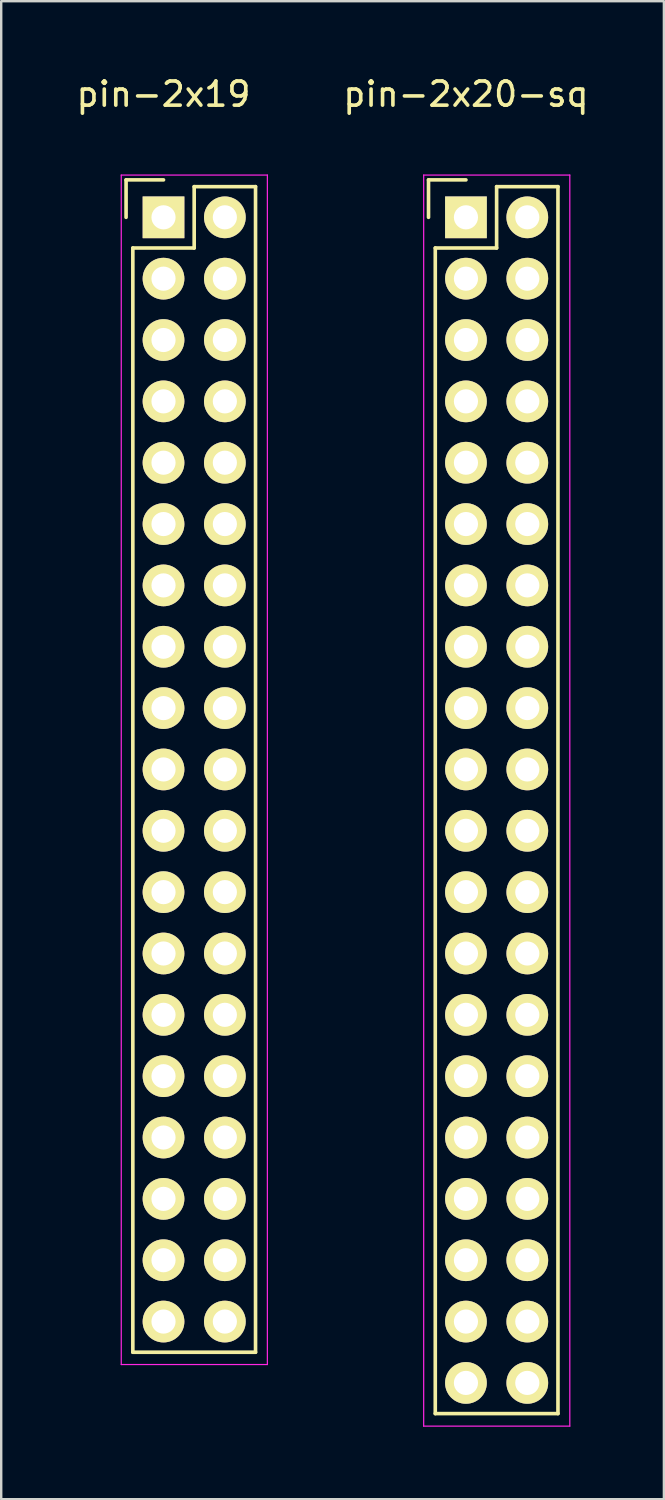
<source format=kicad_pcb>
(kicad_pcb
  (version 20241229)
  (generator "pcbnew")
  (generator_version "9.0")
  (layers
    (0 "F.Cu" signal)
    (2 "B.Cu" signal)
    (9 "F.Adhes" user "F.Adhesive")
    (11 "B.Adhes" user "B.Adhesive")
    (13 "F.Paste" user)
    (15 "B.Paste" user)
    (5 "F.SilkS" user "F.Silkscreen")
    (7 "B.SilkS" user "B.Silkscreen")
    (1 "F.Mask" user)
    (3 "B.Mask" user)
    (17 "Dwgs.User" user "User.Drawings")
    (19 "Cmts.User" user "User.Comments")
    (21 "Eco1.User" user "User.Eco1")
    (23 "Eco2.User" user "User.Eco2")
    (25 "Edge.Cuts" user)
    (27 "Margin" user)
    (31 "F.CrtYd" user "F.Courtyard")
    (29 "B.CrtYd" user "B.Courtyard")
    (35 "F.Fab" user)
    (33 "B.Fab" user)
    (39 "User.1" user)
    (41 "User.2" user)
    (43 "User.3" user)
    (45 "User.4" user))
  (footprint "pin-2x20-sq"
    (layer "F.Cu")
    (at 16.242 5.948)
    (property "Reference" "pin-2x20-sq" (at 0 -5.1 0) (layer "F.SilkS") (effects (font (size 1 1) (thickness 0.15))))
    (attr through_hole)
    (fp_line (start -1.55 -1.55) (end -1.55 0) (stroke (width 0.15) (type solid)) (layer "F.SilkS"))
    (fp_line (start -1.27 1.27) (end -1.27 49.53) (stroke (width 0.15) (type solid)) (layer "F.SilkS"))
    (fp_line (start 0 -1.55) (end -1.55 -1.55) (stroke (width 0.15) (type solid)) (layer "F.SilkS"))
    (fp_line (start 1.27 -1.27) (end 1.27 1.27) (stroke (width 0.15) (type solid)) (layer "F.SilkS"))
    (fp_line (start 1.27 1.27) (end -1.27 1.27) (stroke (width 0.15) (type solid)) (layer "F.SilkS"))
    (fp_line (start 3.81 -1.27) (end 1.27 -1.27) (stroke (width 0.15) (type solid)) (layer "F.SilkS"))
    (fp_line (start 3.81 49.53) (end -1.27 49.53) (stroke (width 0.15) (type solid)) (layer "F.SilkS"))
    (fp_line (start 3.81 49.53) (end 3.81 -1.27) (stroke (width 0.15) (type solid)) (layer "F.SilkS"))
    (fp_line (start -1.75 -1.75) (end -1.75 50.05) (stroke (width 0.05) (type solid)) (layer "F.CrtYd"))
    (fp_line (start -1.75 -1.75) (end 4.3 -1.75) (stroke (width 0.05) (type solid)) (layer "F.CrtYd"))
    (fp_line (start -1.75 50.05) (end 4.3 50.05) (stroke (width 0.05) (type solid)) (layer "F.CrtYd"))
    (fp_line (start 4.3 -1.75) (end 4.3 50.05) (stroke (width 0.05) (type solid)) (layer "F.CrtYd"))
    (pad "1" thru_hole rect (at 0 0) (size 1.727 1.727) (drill 1) (layers "*.Cu" "*.Mask" "F.SilkS"))
    (pad "2" thru_hole oval (at 2.54 0) (size 1.727 1.727) (drill 1) (layers "*.Cu" "*.Mask" "F.SilkS"))
    (pad "3" thru_hole oval (at 0 2.54) (size 1.727 1.727) (drill 1) (layers "*.Cu" "*.Mask" "F.SilkS"))
    (pad "4" thru_hole oval (at 2.54 2.54) (size 1.727 1.727) (drill 1) (layers "*.Cu" "*.Mask" "F.SilkS"))
    (pad "5" thru_hole oval (at 0 5.08) (size 1.727 1.727) (drill 1) (layers "*.Cu" "*.Mask" "F.SilkS"))
    (pad "6" thru_hole oval (at 2.54 5.08) (size 1.727 1.727) (drill 1) (layers "*.Cu" "*.Mask" "F.SilkS"))
    (pad "7" thru_hole oval (at 0 7.62) (size 1.727 1.727) (drill 1) (layers "*.Cu" "*.Mask" "F.SilkS"))
    (pad "8" thru_hole oval (at 2.54 7.62) (size 1.727 1.727) (drill 1) (layers "*.Cu" "*.Mask" "F.SilkS"))
    (pad "9" thru_hole oval (at 0 10.16) (size 1.727 1.727) (drill 1) (layers "*.Cu" "*.Mask" "F.SilkS"))
    (pad "10" thru_hole oval (at 2.54 10.16) (size 1.727 1.727) (drill 1) (layers "*.Cu" "*.Mask" "F.SilkS"))
    (pad "11" thru_hole oval (at 0 12.7) (size 1.727 1.727) (drill 1) (layers "*.Cu" "*.Mask" "F.SilkS"))
    (pad "12" thru_hole oval (at 2.54 12.7) (size 1.727 1.727) (drill 1) (layers "*.Cu" "*.Mask" "F.SilkS"))
    (pad "13" thru_hole oval (at 0 15.24) (size 1.727 1.727) (drill 1) (layers "*.Cu" "*.Mask" "F.SilkS"))
    (pad "14" thru_hole oval (at 2.54 15.24) (size 1.727 1.727) (drill 1) (layers "*.Cu" "*.Mask" "F.SilkS"))
    (pad "15" thru_hole oval (at 0 17.78) (size 1.727 1.727) (drill 1) (layers "*.Cu" "*.Mask" "F.SilkS"))
    (pad "16" thru_hole oval (at 2.54 17.78) (size 1.727 1.727) (drill 1) (layers "*.Cu" "*.Mask" "F.SilkS"))
    (pad "17" thru_hole oval (at 0 20.32) (size 1.727 1.727) (drill 1) (layers "*.Cu" "*.Mask" "F.SilkS"))
    (pad "18" thru_hole oval (at 2.54 20.32) (size 1.727 1.727) (drill 1) (layers "*.Cu" "*.Mask" "F.SilkS"))
    (pad "19" thru_hole oval (at 0 22.86) (size 1.727 1.727) (drill 1) (layers "*.Cu" "*.Mask" "F.SilkS"))
    (pad "20" thru_hole oval (at 2.54 22.86) (size 1.727 1.727) (drill 1) (layers "*.Cu" "*.Mask" "F.SilkS"))
    (pad "21" thru_hole oval (at 0 25.4) (size 1.727 1.727) (drill 1) (layers "*.Cu" "*.Mask" "F.SilkS"))
    (pad "22" thru_hole oval (at 2.54 25.4) (size 1.727 1.727) (drill 1) (layers "*.Cu" "*.Mask" "F.SilkS"))
    (pad "23" thru_hole oval (at 0 27.94) (size 1.727 1.727) (drill 1) (layers "*.Cu" "*.Mask" "F.SilkS"))
    (pad "24" thru_hole oval (at 2.54 27.94) (size 1.727 1.727) (drill 1) (layers "*.Cu" "*.Mask" "F.SilkS"))
    (pad "25" thru_hole oval (at 0 30.48) (size 1.727 1.727) (drill 1) (layers "*.Cu" "*.Mask" "F.SilkS"))
    (pad "26" thru_hole oval (at 2.54 30.48) (size 1.727 1.727) (drill 1) (layers "*.Cu" "*.Mask" "F.SilkS"))
    (pad "27" thru_hole oval (at 0 33.02) (size 1.727 1.727) (drill 1) (layers "*.Cu" "*.Mask" "F.SilkS"))
    (pad "28" thru_hole oval (at 2.54 33.02) (size 1.727 1.727) (drill 1) (layers "*.Cu" "*.Mask" "F.SilkS"))
    (pad "29" thru_hole oval (at 0 35.56) (size 1.727 1.727) (drill 1) (layers "*.Cu" "*.Mask" "F.SilkS"))
    (pad "30" thru_hole oval (at 2.54 35.56) (size 1.727 1.727) (drill 1) (layers "*.Cu" "*.Mask" "F.SilkS"))
    (pad "31" thru_hole oval (at 0 38.1) (size 1.727 1.727) (drill 1) (layers "*.Cu" "*.Mask" "F.SilkS"))
    (pad "32" thru_hole oval (at 2.54 38.1) (size 1.727 1.727) (drill 1) (layers "*.Cu" "*.Mask" "F.SilkS"))
    (pad "33" thru_hole oval (at 0 40.64) (size 1.727 1.727) (drill 1) (layers "*.Cu" "*.Mask" "F.SilkS"))
    (pad "34" thru_hole oval (at 2.54 40.64) (size 1.727 1.727) (drill 1) (layers "*.Cu" "*.Mask" "F.SilkS"))
    (pad "35" thru_hole oval (at 0 43.18) (size 1.727 1.727) (drill 1) (layers "*.Cu" "*.Mask" "F.SilkS"))
    (pad "36" thru_hole oval (at 2.54 43.18) (size 1.727 1.727) (drill 1) (layers "*.Cu" "*.Mask" "F.SilkS"))
    (pad "37" thru_hole oval (at 0 45.72) (size 1.727 1.727) (drill 1) (layers "*.Cu" "*.Mask" "F.SilkS"))
    (pad "38" thru_hole oval (at 2.54 45.72) (size 1.727 1.727) (drill 1) (layers "*.Cu" "*.Mask" "F.SilkS"))
    (pad "39" thru_hole oval (at 0 48.26) (size 1.727 1.727) (drill 1) (layers "*.Cu" "*.Mask" "F.SilkS"))
    (pad "40" thru_hole oval (at 2.54 48.26) (size 1.727 1.727) (drill 1) (layers "*.Cu" "*.Mask" "F.SilkS")))
  (footprint "pin-2x19"
    (layer "F.Cu")
    (at 3.72 5.948)
    (property "Reference" "pin-2x19" (at 0 -5.1 0) (layer "F.SilkS") (effects (font (size 1 1) (thickness 0.15))))
    (attr through_hole)
    (fp_line (start -1.55 -1.55) (end -1.55 0) (stroke (width 0.15) (type solid)) (layer "F.SilkS"))
    (fp_line (start -1.27 46.99) (end -1.27 1.27) (stroke (width 0.15) (type solid)) (layer "F.SilkS"))
    (fp_line (start 0 -1.55) (end -1.55 -1.55) (stroke (width 0.15) (type solid)) (layer "F.SilkS"))
    (fp_line (start 1.27 -1.27) (end 1.27 1.27) (stroke (width 0.15) (type solid)) (layer "F.SilkS"))
    (fp_line (start 1.27 1.27) (end -1.27 1.27) (stroke (width 0.15) (type solid)) (layer "F.SilkS"))
    (fp_line (start 3.81 -1.27) (end 1.27 -1.27) (stroke (width 0.15) (type solid)) (layer "F.SilkS"))
    (fp_line (start 3.81 -1.27) (end 3.81 46.99) (stroke (width 0.15) (type solid)) (layer "F.SilkS"))
    (fp_line (start 3.81 46.99) (end -1.27 46.99) (stroke (width 0.15) (type solid)) (layer "F.SilkS"))
    (fp_line (start -1.75 -1.75) (end -1.75 47.5) (stroke (width 0.05) (type solid)) (layer "F.CrtYd"))
    (fp_line (start -1.75 -1.75) (end 4.3 -1.75) (stroke (width 0.05) (type solid)) (layer "F.CrtYd"))
    (fp_line (start -1.75 47.5) (end 4.3 47.5) (stroke (width 0.05) (type solid)) (layer "F.CrtYd"))
    (fp_line (start 4.3 -1.75) (end 4.3 47.5) (stroke (width 0.05) (type solid)) (layer "F.CrtYd"))
    (pad "1" thru_hole rect (at 0 0) (size 1.727 1.727) (drill 1) (layers "*.Cu" "*.Mask" "F.SilkS"))
    (pad "2" thru_hole oval (at 2.54 0) (size 1.727 1.727) (drill 1) (layers "*.Cu" "*.Mask" "F.SilkS"))
    (pad "3" thru_hole oval (at 0 2.54) (size 1.727 1.727) (drill 1) (layers "*.Cu" "*.Mask" "F.SilkS"))
    (pad "4" thru_hole oval (at 2.54 2.54) (size 1.727 1.727) (drill 1) (layers "*.Cu" "*.Mask" "F.SilkS"))
    (pad "5" thru_hole oval (at 0 5.08) (size 1.727 1.727) (drill 1) (layers "*.Cu" "*.Mask" "F.SilkS"))
    (pad "6" thru_hole oval (at 2.54 5.08) (size 1.727 1.727) (drill 1) (layers "*.Cu" "*.Mask" "F.SilkS"))
    (pad "7" thru_hole oval (at 0 7.62) (size 1.727 1.727) (drill 1) (layers "*.Cu" "*.Mask" "F.SilkS"))
    (pad "8" thru_hole oval (at 2.54 7.62) (size 1.727 1.727) (drill 1) (layers "*.Cu" "*.Mask" "F.SilkS"))
    (pad "9" thru_hole oval (at 0 10.16) (size 1.727 1.727) (drill 1) (layers "*.Cu" "*.Mask" "F.SilkS"))
    (pad "10" thru_hole oval (at 2.54 10.16) (size 1.727 1.727) (drill 1) (layers "*.Cu" "*.Mask" "F.SilkS"))
    (pad "11" thru_hole oval (at 0 12.7) (size 1.727 1.727) (drill 1) (layers "*.Cu" "*.Mask" "F.SilkS"))
    (pad "12" thru_hole oval (at 2.54 12.7) (size 1.727 1.727) (drill 1) (layers "*.Cu" "*.Mask" "F.SilkS"))
    (pad "13" thru_hole oval (at 0 15.24) (size 1.727 1.727) (drill 1) (layers "*.Cu" "*.Mask" "F.SilkS"))
    (pad "14" thru_hole oval (at 2.54 15.24) (size 1.727 1.727) (drill 1) (layers "*.Cu" "*.Mask" "F.SilkS"))
    (pad "15" thru_hole oval (at 0 17.78) (size 1.727 1.727) (drill 1) (layers "*.Cu" "*.Mask" "F.SilkS"))
    (pad "16" thru_hole oval (at 2.54 17.78) (size 1.727 1.727) (drill 1) (layers "*.Cu" "*.Mask" "F.SilkS"))
    (pad "17" thru_hole oval (at 0 20.32) (size 1.727 1.727) (drill 1) (layers "*.Cu" "*.Mask" "F.SilkS"))
    (pad "18" thru_hole oval (at 2.54 20.32) (size 1.727 1.727) (drill 1) (layers "*.Cu" "*.Mask" "F.SilkS"))
    (pad "19" thru_hole oval (at 0 22.86) (size 1.727 1.727) (drill 1) (layers "*.Cu" "*.Mask" "F.SilkS"))
    (pad "20" thru_hole oval (at 2.54 22.86) (size 1.727 1.727) (drill 1) (layers "*.Cu" "*.Mask" "F.SilkS"))
    (pad "21" thru_hole oval (at 0 25.4) (size 1.727 1.727) (drill 1) (layers "*.Cu" "*.Mask" "F.SilkS"))
    (pad "22" thru_hole oval (at 2.54 25.4) (size 1.727 1.727) (drill 1) (layers "*.Cu" "*.Mask" "F.SilkS"))
    (pad "23" thru_hole oval (at 0 27.94) (size 1.727 1.727) (drill 1) (layers "*.Cu" "*.Mask" "F.SilkS"))
    (pad "24" thru_hole oval (at 2.54 27.94) (size 1.727 1.727) (drill 1) (layers "*.Cu" "*.Mask" "F.SilkS"))
    (pad "25" thru_hole oval (at 0 30.48) (size 1.727 1.727) (drill 1) (layers "*.Cu" "*.Mask" "F.SilkS"))
    (pad "26" thru_hole oval (at 2.54 30.48) (size 1.727 1.727) (drill 1) (layers "*.Cu" "*.Mask" "F.SilkS"))
    (pad "27" thru_hole oval (at 0 33.02) (size 1.727 1.727) (drill 1) (layers "*.Cu" "*.Mask" "F.SilkS"))
    (pad "28" thru_hole oval (at 2.54 33.02) (size 1.727 1.727) (drill 1) (layers "*.Cu" "*.Mask" "F.SilkS"))
    (pad "29" thru_hole oval (at 0 35.56) (size 1.727 1.727) (drill 1) (layers "*.Cu" "*.Mask" "F.SilkS"))
    (pad "30" thru_hole oval (at 2.54 35.56) (size 1.727 1.727) (drill 1) (layers "*.Cu" "*.Mask" "F.SilkS"))
    (pad "31" thru_hole oval (at 0 38.1) (size 1.727 1.727) (drill 1) (layers "*.Cu" "*.Mask" "F.SilkS"))
    (pad "32" thru_hole oval (at 2.54 38.1) (size 1.727 1.727) (drill 1) (layers "*.Cu" "*.Mask" "F.SilkS"))
    (pad "33" thru_hole oval (at 0 40.64) (size 1.727 1.727) (drill 1) (layers "*.Cu" "*.Mask" "F.SilkS"))
    (pad "34" thru_hole oval (at 2.54 40.64) (size 1.727 1.727) (drill 1) (layers "*.Cu" "*.Mask" "F.SilkS"))
    (pad "35" thru_hole oval (at 0 43.18) (size 1.727 1.727) (drill 1) (layers "*.Cu" "*.Mask" "F.SilkS"))
    (pad "36" thru_hole oval (at 2.54 43.18) (size 1.727 1.727) (drill 1) (layers "*.Cu" "*.Mask" "F.SilkS"))
    (pad "37" thru_hole oval (at 0 45.72) (size 1.727 1.727) (drill 1) (layers "*.Cu" "*.Mask" "F.SilkS"))
    (pad "38" thru_hole oval (at 2.54 45.72) (size 1.727 1.727) (drill 1) (layers "*.Cu" "*.Mask" "F.SilkS")))
  (gr_rect
    (start -3 -3)
    (end 24.438 59.023)
    (stroke (width 0.1) (type default))
    (fill no)
    (layer "Edge.Cuts")))
</source>
